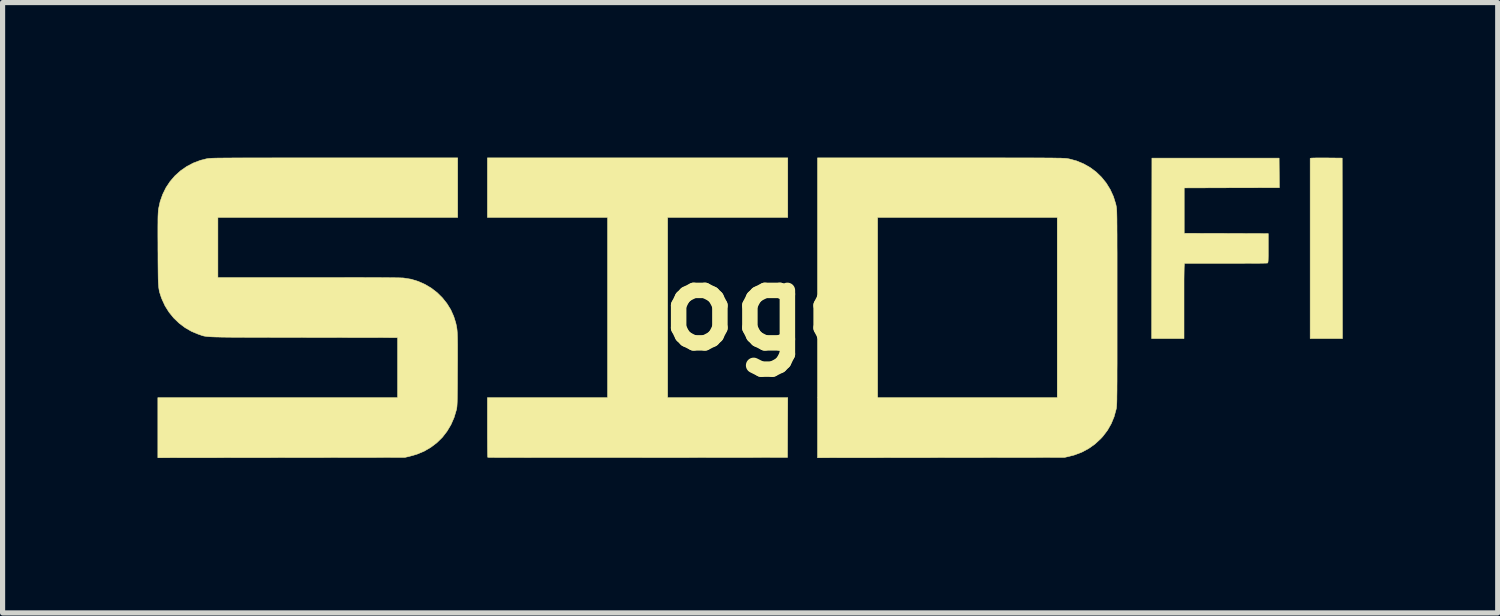
<source format=kicad_pcb>
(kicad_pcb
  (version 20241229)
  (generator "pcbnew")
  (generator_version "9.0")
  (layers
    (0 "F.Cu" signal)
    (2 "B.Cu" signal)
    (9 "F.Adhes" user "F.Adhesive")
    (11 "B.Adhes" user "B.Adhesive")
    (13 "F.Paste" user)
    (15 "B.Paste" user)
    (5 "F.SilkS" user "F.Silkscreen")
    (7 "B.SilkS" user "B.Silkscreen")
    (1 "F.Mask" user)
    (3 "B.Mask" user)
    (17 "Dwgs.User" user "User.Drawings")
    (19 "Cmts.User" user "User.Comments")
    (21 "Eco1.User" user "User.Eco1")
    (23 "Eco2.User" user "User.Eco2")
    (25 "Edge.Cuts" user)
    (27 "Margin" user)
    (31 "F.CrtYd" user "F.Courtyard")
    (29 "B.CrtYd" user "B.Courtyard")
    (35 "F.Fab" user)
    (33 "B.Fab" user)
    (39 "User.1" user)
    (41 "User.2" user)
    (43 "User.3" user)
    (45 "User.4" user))
  (footprint "logo"
    (layer "F.Cu")
    (at 11.464 2.897)
    (property "Reference" "logo" (at 0 0 0) (layer "F.SilkS") (effects (font (size 1.524 1.524) (thickness 0.3))))
    (attr through_hole)
    (fp_poly (pts (xy 11.084 -2.89) (xy 11.157 -2.89) (xy 11.176 -2.89) (xy 11.464 -2.887) (xy 11.469 0.606) (xy 10.844 0.606) (xy 10.844 -2.882) (xy 10.866 -2.887) (xy 10.881 -2.888) (xy 10.913 -2.889) (xy 10.959 -2.89) (xy 11.017 -2.89) (xy 11.084 -2.89)) (stroke (width 0.01) (type solid)) (fill yes) (layer "F.SilkS"))
    (fp_poly (pts (xy 0.733 -1.739) (xy -1.592 -1.739) (xy -1.592 1.749) (xy 0.733 1.749) (xy 0.73 2.328) (xy 0.728 2.906) (xy -2.17 2.909) (xy -2.406 2.909) (xy -2.638 2.909) (xy -2.864 2.909) (xy -3.083 2.909) (xy -3.295 2.909) (xy -3.499 2.909) (xy -3.694 2.909) (xy -3.879 2.909) (xy -4.054 2.909) (xy -4.217 2.909) (xy -4.369 2.908) (xy -4.508 2.908) (xy -4.634 2.908) (xy -4.745 2.907) (xy -4.842 2.907) (xy -4.923 2.907) (xy -4.987 2.906) (xy -5.034 2.906) (xy -5.063 2.905) (xy -5.073 2.905) (xy -5.073 2.905) (xy -5.075 2.894) (xy -5.076 2.866) (xy -5.077 2.821) (xy -5.078 2.762) (xy -5.079 2.691) (xy -5.079 2.608) (xy -5.08 2.517) (xy -5.08 2.418) (xy -5.08 2.323) (xy -5.08 1.749) (xy -2.755 1.749) (xy -2.755 -1.739) (xy -5.08 -1.739) (xy -5.08 -2.892) (xy 0.733 -2.892) (xy 0.733 -1.739)) (stroke (width 0.01) (type solid)) (fill yes) (layer "F.SilkS"))
    (fp_poly (pts (xy 10.248 -2.315) (xy 9.327 -2.313) (xy 8.406 -2.31) (xy 8.406 -1.431) (xy 9.22 -1.429) (xy 10.033 -1.426) (xy 10.033 -1.144) (xy 10.033 -1.062) (xy 10.033 -0.997) (xy 10.032 -0.947) (xy 10.031 -0.911) (xy 10.029 -0.886) (xy 10.026 -0.869) (xy 10.023 -0.86) (xy 10.018 -0.856) (xy 10.017 -0.856) (xy 10.005 -0.855) (xy 9.975 -0.854) (xy 9.929 -0.853) (xy 9.867 -0.852) (xy 9.792 -0.852) (xy 9.704 -0.851) (xy 9.607 -0.851) (xy 9.5 -0.85) (xy 9.385 -0.85) (xy 9.265 -0.85) (xy 9.214 -0.85) (xy 9.091 -0.85) (xy 8.974 -0.85) (xy 8.864 -0.85) (xy 8.763 -0.85) (xy 8.671 -0.85) (xy 8.591 -0.85) (xy 8.524 -0.85) (xy 8.472 -0.85) (xy 8.435 -0.85) (xy 8.416 -0.85) (xy 8.414 -0.85) (xy 8.411 -0.846) (xy 8.409 -0.834) (xy 8.408 -0.813) (xy 8.406 -0.782) (xy 8.405 -0.739) (xy 8.404 -0.684) (xy 8.403 -0.615) (xy 8.402 -0.532) (xy 8.402 -0.432) (xy 8.402 -0.316) (xy 8.402 -0.182) (xy 8.402 -0.122) (xy 8.402 0.606) (xy 7.776 0.606) (xy 7.781 -2.887) (xy 10.243 -2.887) (xy 10.248 -2.315)) (stroke (width 0.01) (type solid)) (fill yes) (layer "F.SilkS"))
    (fp_poly (pts (xy 3.948 -2.892) (xy 4.184 -2.892) (xy 4.402 -2.892) (xy 4.603 -2.892) (xy 4.787 -2.892) (xy 4.956 -2.891) (xy 5.109 -2.891) (xy 5.248 -2.891) (xy 5.374 -2.891) (xy 5.486 -2.891) (xy 5.587 -2.89) (xy 5.677 -2.89) (xy 5.756 -2.889) (xy 5.825 -2.889) (xy 5.885 -2.888) (xy 5.937 -2.887) (xy 5.982 -2.887) (xy 6.019 -2.886) (xy 6.051 -2.884) (xy 6.077 -2.883) (xy 6.099 -2.882) (xy 6.117 -2.881) (xy 6.133 -2.879) (xy 6.145 -2.877) (xy 6.157 -2.875) (xy 6.168 -2.873) (xy 6.176 -2.872) (xy 6.322 -2.833) (xy 6.459 -2.776) (xy 6.586 -2.704) (xy 6.702 -2.618) (xy 6.806 -2.517) (xy 6.897 -2.404) (xy 6.974 -2.279) (xy 7.036 -2.144) (xy 7.081 -2) (xy 7.089 -1.963) (xy 7.091 -1.953) (xy 7.093 -1.941) (xy 7.095 -1.927) (xy 7.097 -1.911) (xy 7.098 -1.89) (xy 7.1 -1.866) (xy 7.101 -1.836) (xy 7.102 -1.799) (xy 7.103 -1.756) (xy 7.104 -1.705) (xy 7.104 -1.645) (xy 7.105 -1.575) (xy 7.105 -1.495) (xy 7.106 -1.404) (xy 7.106 -1.3) (xy 7.106 -1.184) (xy 7.107 -1.054) (xy 7.107 -0.909) (xy 7.107 -0.748) (xy 7.107 -0.571) (xy 7.107 -0.377) (xy 7.107 -0.165) (xy 7.107 0.005) (xy 7.107 0.231) (xy 7.107 0.438) (xy 7.107 0.628) (xy 7.107 0.801) (xy 7.107 0.957) (xy 7.107 1.098) (xy 7.106 1.225) (xy 7.106 1.338) (xy 7.106 1.438) (xy 7.105 1.526) (xy 7.105 1.604) (xy 7.104 1.671) (xy 7.103 1.728) (xy 7.103 1.778) (xy 7.102 1.819) (xy 7.101 1.854) (xy 7.099 1.882) (xy 7.098 1.906) (xy 7.096 1.925) (xy 7.095 1.941) (xy 7.093 1.954) (xy 7.091 1.965) (xy 7.089 1.973) (xy 7.049 2.12) (xy 6.993 2.255) (xy 6.921 2.381) (xy 6.832 2.498) (xy 6.79 2.544) (xy 6.679 2.647) (xy 6.558 2.733) (xy 6.426 2.804) (xy 6.284 2.858) (xy 6.185 2.884) (xy 6.091 2.906) (xy 3.7 2.909) (xy 1.309 2.912) (xy 1.309 -1.739) (xy 2.472 -1.739) (xy 2.472 1.749) (xy 5.949 1.749) (xy 5.949 -1.739) (xy 2.472 -1.739) (xy 1.309 -1.739) (xy 1.309 -2.892) (xy 3.694 -2.892) (xy 3.948 -2.892)) (stroke (width 0.01) (type solid)) (fill yes) (layer "F.SilkS"))
    (fp_poly (pts (xy -5.656 -1.739) (xy -10.297 -1.739) (xy -10.297 -0.576) (xy -8.549 -0.576) (xy -8.305 -0.576) (xy -8.076 -0.576) (xy -7.865 -0.576) (xy -7.669 -0.575) (xy -7.491 -0.575) (xy -7.33 -0.574) (xy -7.187 -0.574) (xy -7.061 -0.573) (xy -6.953 -0.572) (xy -6.864 -0.571) (xy -6.793 -0.57) (xy -6.741 -0.568) (xy -6.709 -0.567) (xy -6.7 -0.566) (xy -6.557 -0.543) (xy -6.42 -0.501) (xy -6.289 -0.443) (xy -6.167 -0.371) (xy -6.054 -0.284) (xy -5.953 -0.184) (xy -5.865 -0.074) (xy -5.79 0.047) (xy -5.732 0.177) (xy -5.696 0.292) (xy -5.688 0.323) (xy -5.682 0.353) (xy -5.676 0.382) (xy -5.671 0.414) (xy -5.667 0.449) (xy -5.664 0.488) (xy -5.662 0.535) (xy -5.66 0.589) (xy -5.659 0.652) (xy -5.658 0.727) (xy -5.658 0.815) (xy -5.658 0.917) (xy -5.658 1.035) (xy -5.659 1.17) (xy -5.659 1.216) (xy -5.66 1.351) (xy -5.66 1.468) (xy -5.661 1.568) (xy -5.662 1.654) (xy -5.663 1.725) (xy -5.664 1.785) (xy -5.665 1.833) (xy -5.667 1.873) (xy -5.669 1.905) (xy -5.671 1.93) (xy -5.674 1.951) (xy -5.677 1.968) (xy -5.68 1.983) (xy -5.725 2.134) (xy -5.786 2.273) (xy -5.863 2.402) (xy -5.953 2.518) (xy -6.058 2.621) (xy -6.175 2.71) (xy -6.303 2.785) (xy -6.444 2.844) (xy -6.583 2.884) (xy -6.677 2.906) (xy -9.068 2.909) (xy -11.459 2.912) (xy -11.459 1.749) (xy -6.819 1.749) (xy -6.819 0.587) (xy -8.638 0.584) (xy -8.862 0.583) (xy -9.068 0.583) (xy -9.255 0.583) (xy -9.426 0.582) (xy -9.58 0.582) (xy -9.72 0.582) (xy -9.845 0.581) (xy -9.957 0.581) (xy -10.056 0.58) (xy -10.144 0.579) (xy -10.221 0.578) (xy -10.288 0.576) (xy -10.346 0.575) (xy -10.396 0.573) (xy -10.438 0.571) (xy -10.475 0.568) (xy -10.506 0.566) (xy -10.532 0.562) (xy -10.554 0.559) (xy -10.574 0.555) (xy -10.592 0.55) (xy -10.609 0.545) (xy -10.625 0.539) (xy -10.642 0.533) (xy -10.661 0.526) (xy -10.678 0.521) (xy -10.809 0.466) (xy -10.933 0.394) (xy -11.048 0.307) (xy -11.152 0.207) (xy -11.243 0.095) (xy -11.319 -0.026) (xy -11.379 -0.156) (xy -11.394 -0.195) (xy -11.405 -0.228) (xy -11.414 -0.257) (xy -11.423 -0.284) (xy -11.43 -0.31) (xy -11.435 -0.339) (xy -11.44 -0.37) (xy -11.444 -0.406) (xy -11.447 -0.447) (xy -11.45 -0.497) (xy -11.452 -0.556) (xy -11.453 -0.625) (xy -11.454 -0.708) (xy -11.455 -0.804) (xy -11.456 -0.916) (xy -11.456 -1.045) (xy -11.457 -1.11) (xy -11.457 -1.249) (xy -11.458 -1.37) (xy -11.458 -1.474) (xy -11.458 -1.563) (xy -11.457 -1.639) (xy -11.457 -1.702) (xy -11.456 -1.754) (xy -11.454 -1.798) (xy -11.452 -1.833) (xy -11.45 -1.863) (xy -11.448 -1.887) (xy -11.446 -1.901) (xy -11.414 -2.048) (xy -11.365 -2.186) (xy -11.301 -2.316) (xy -11.221 -2.436) (xy -11.127 -2.545) (xy -11.02 -2.641) (xy -10.901 -2.724) (xy -10.772 -2.792) (xy -10.634 -2.844) (xy -10.523 -2.872) (xy -10.512 -2.874) (xy -10.501 -2.876) (xy -10.49 -2.878) (xy -10.476 -2.879) (xy -10.46 -2.881) (xy -10.441 -2.882) (xy -10.418 -2.884) (xy -10.391 -2.885) (xy -10.358 -2.886) (xy -10.318 -2.887) (xy -10.272 -2.888) (xy -10.218 -2.888) (xy -10.156 -2.889) (xy -10.084 -2.889) (xy -10.002 -2.89) (xy -9.91 -2.89) (xy -9.806 -2.891) (xy -9.691 -2.891) (xy -9.562 -2.891) (xy -9.419 -2.891) (xy -9.262 -2.891) (xy -9.09 -2.892) (xy -8.901 -2.892) (xy -8.696 -2.892) (xy -8.474 -2.892) (xy -8.233 -2.892) (xy -8.041 -2.892) (xy -5.656 -2.892) (xy -5.656 -1.739)) (stroke (width 0.01) (type solid)) (fill yes) (layer "F.SilkS")))
  (gr_rect
    (start -3 -3)
    (end 25.938 8.813)
    (stroke (width 0.1) (type default))
    (fill no)
    (layer "Edge.Cuts")))
</source>
